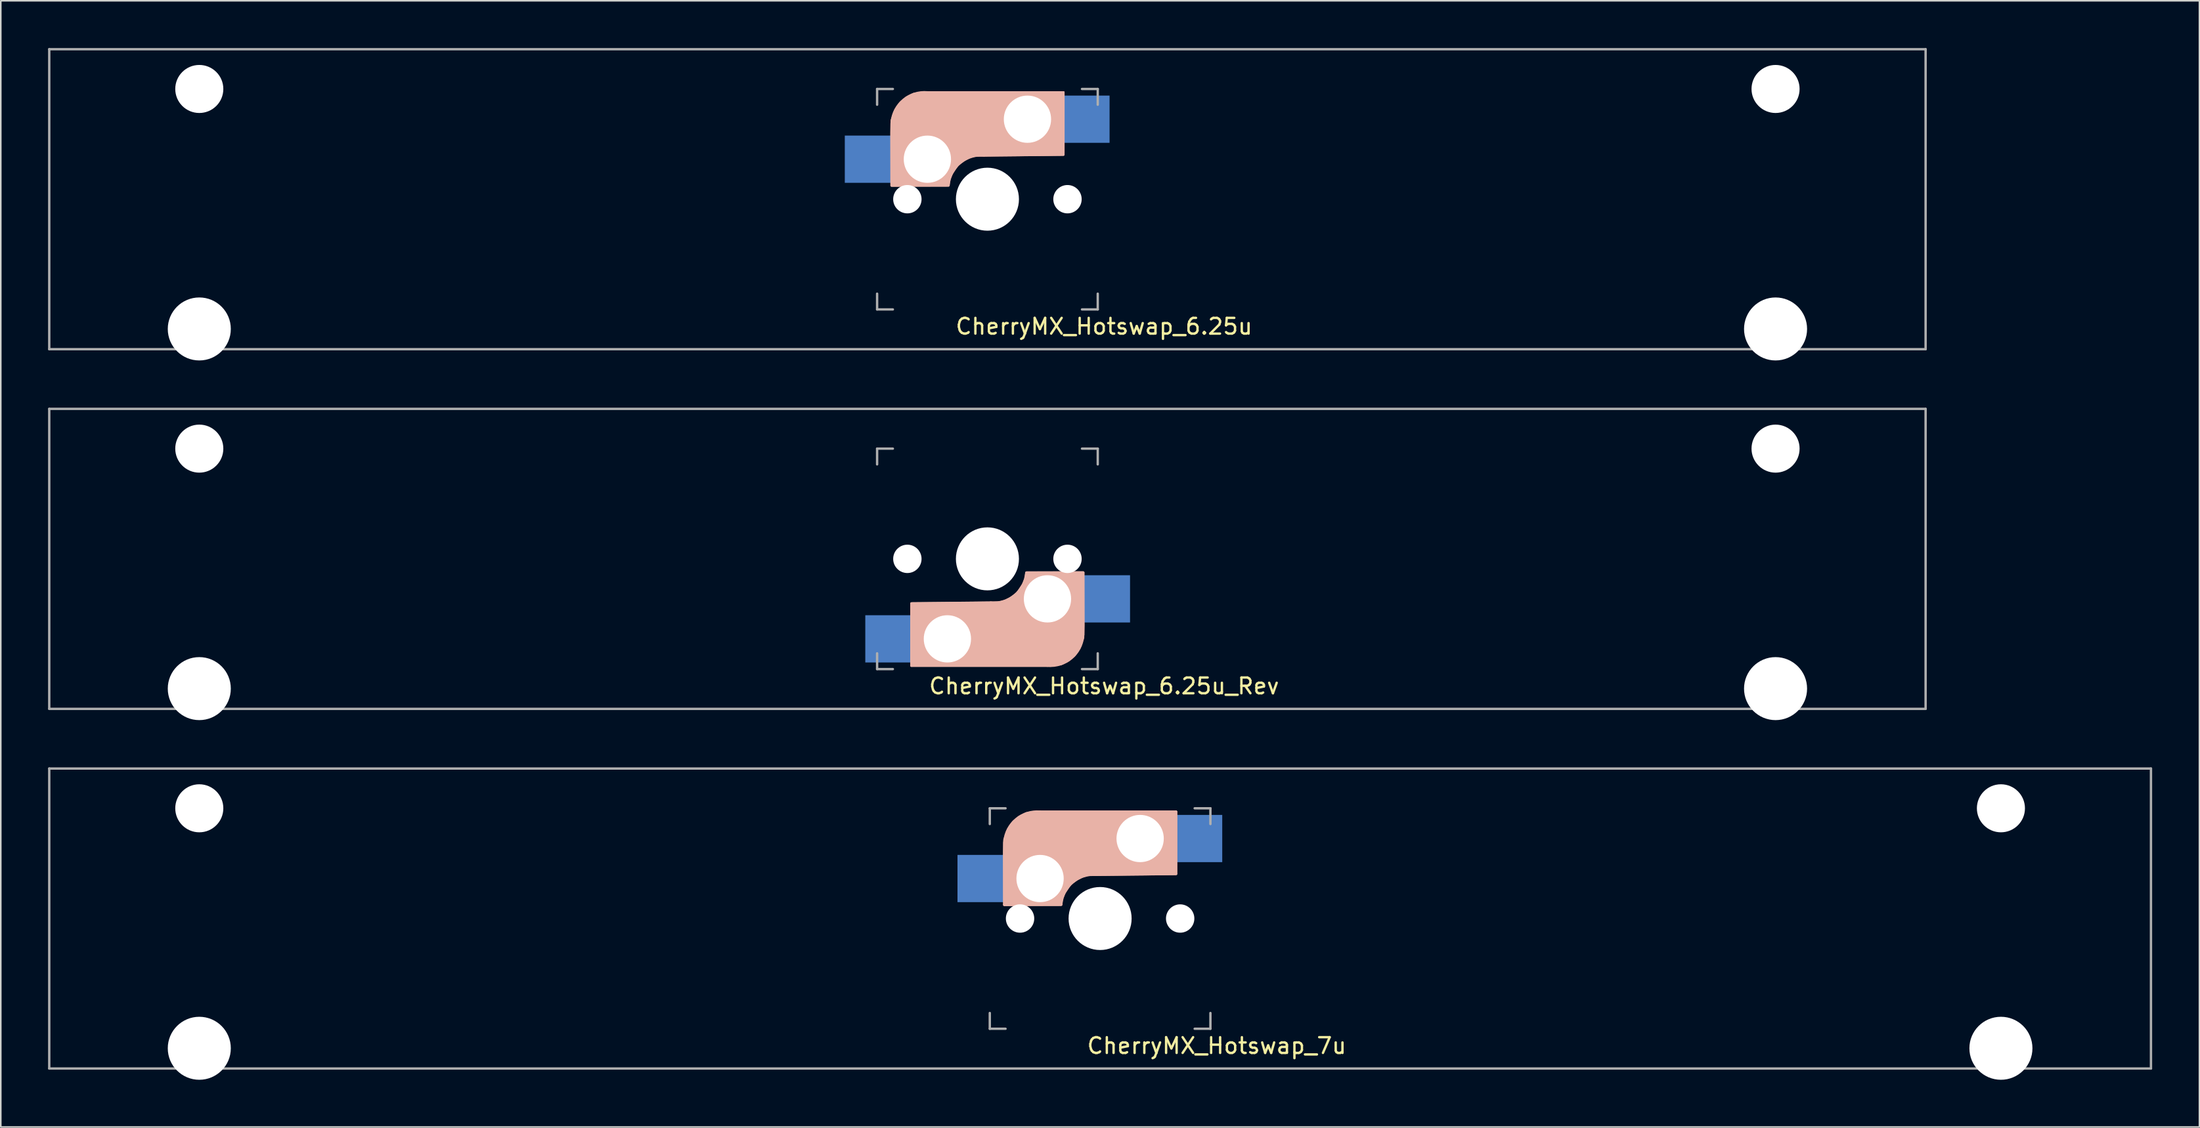
<source format=kicad_pcb>
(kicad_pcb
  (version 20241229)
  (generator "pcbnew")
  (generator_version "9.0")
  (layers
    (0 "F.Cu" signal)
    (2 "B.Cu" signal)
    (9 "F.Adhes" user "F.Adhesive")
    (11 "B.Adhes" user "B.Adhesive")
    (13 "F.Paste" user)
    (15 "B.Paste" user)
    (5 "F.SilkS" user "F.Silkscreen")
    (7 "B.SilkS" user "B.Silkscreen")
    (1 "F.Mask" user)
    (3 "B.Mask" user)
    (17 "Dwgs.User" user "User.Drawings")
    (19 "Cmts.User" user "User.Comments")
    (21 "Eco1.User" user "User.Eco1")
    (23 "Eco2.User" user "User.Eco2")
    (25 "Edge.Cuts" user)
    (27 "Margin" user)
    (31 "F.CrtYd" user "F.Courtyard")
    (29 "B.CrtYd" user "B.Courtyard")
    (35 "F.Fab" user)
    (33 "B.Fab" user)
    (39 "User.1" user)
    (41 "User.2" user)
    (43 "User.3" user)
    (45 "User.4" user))
  (footprint "CherryMX_Hotswap_7u"
    (layer "F.Cu")
    (at 66.756 55.28)
    (property "Reference" "CherryMX_Hotswap_7u" (at 7.402 8.08 0) (layer "F.SilkS") (effects (font (size 1 1) (thickness 0.15))))
    (attr smd)
    (fp_line (start -6.08 -4.83) (end -6.08 -0.885) (stroke (width 0.15) (type solid)) (layer "B.SilkS"))
    (fp_line (start -6.08 -0.876) (end -2.47 -0.876) (stroke (width 0.15) (type solid)) (layer "B.SilkS"))
    (fp_line (start 4.82 -6.784) (end -3.805 -6.784) (stroke (width 0.15) (type solid)) (layer "B.SilkS"))
    (fp_line (start 4.82 -2.876) (end 4.82 -6.784) (stroke (width 0.15) (type solid)) (layer "B.SilkS"))
    (fp_line (start 4.82 -2.83) (end -0.23 -2.784) (stroke (width 0.15) (type solid)) (layer "B.SilkS"))
    (fp_arc (start -6.069 -4.9) (mid -5.327189 -6.31089) (end -3.805 -6.784) (stroke (width 0.15) (type solid)) (layer "B.SilkS"))
    (fp_arc (start -2.465 -0.9) (mid -1.724361 -2.308061) (end -0.205 -2.78) (stroke (width 0.15) (type solid)) (layer "B.SilkS"))
    (fp_poly (pts (xy -6.08 -0.86) (xy -2.48 -0.87) (xy -2.42 -1.27) (xy -2.27 -1.62) (xy -1.89 -2.19) (xy -1.48 -2.49) (xy -1.12 -2.68) (xy -0.78 -2.77) (xy 4.82 -2.83) (xy 4.82 -6.78) (xy -4 -6.78) (xy -4.68 -6.68) (xy -5.13 -6.45) (xy -5.52 -6.12) (xy -5.84 -5.65) (xy -6.07 -5.01) (xy -6.09 -4.22)) (stroke (width 0.15) (type solid)) (fill yes) (layer "B.SilkS"))
    (fp_line (start -66.681 -9.525) (end -66.681 9.525) (stroke (width 0.15) (type solid)) (layer "F.Fab"))
    (fp_line (start -66.681 9.525) (end 66.681 9.525) (stroke (width 0.15) (type solid)) (layer "F.Fab"))
    (fp_line (start -7 -7) (end -6 -7) (stroke (width 0.15) (type solid)) (layer "F.Fab"))
    (fp_line (start -7 -6) (end -7 -7) (stroke (width 0.15) (type solid)) (layer "F.Fab"))
    (fp_line (start -7 7) (end -7 6) (stroke (width 0.15) (type solid)) (layer "F.Fab"))
    (fp_line (start -6 7) (end -7 7) (stroke (width 0.15) (type solid)) (layer "F.Fab"))
    (fp_line (start 6 -7) (end 7 -7) (stroke (width 0.15) (type solid)) (layer "F.Fab"))
    (fp_line (start 7 -7) (end 7 -6) (stroke (width 0.15) (type solid)) (layer "F.Fab"))
    (fp_line (start 7 6) (end 7 7) (stroke (width 0.15) (type solid)) (layer "F.Fab"))
    (fp_line (start 7 7) (end 6 7) (stroke (width 0.15) (type solid)) (layer "F.Fab"))
    (fp_line (start 66.681 -9.525) (end -66.681 -9.525) (stroke (width 0.15) (type solid)) (layer "F.Fab"))
    (fp_line (start 66.681 9.525) (end 66.681 -9.525) (stroke (width 0.15) (type solid)) (layer "F.Fab"))
    (pad "" np_thru_hole circle (at -57.16 -7 180) (size 3.05 3.05) (drill 3.05) (layers "*.Cu" "*.Mask"))
    (pad "" np_thru_hole circle (at -57.16 8.24 180) (size 4 4) (drill 4) (layers "*.Cu" "*.Mask"))
    (pad "" np_thru_hole circle (at -5.08 0) (size 1.8 1.8) (drill 1.8) (layers "*.Cu" "*.Mask"))
    (pad "" np_thru_hole circle (at -3.81 -2.54 180) (size 3 3) (drill 3) (layers "*.Cu" "*.Mask"))
    (pad "" np_thru_hole circle (at 0 0 90) (size 4 4) (drill 4) (layers "*.Cu" "*.Mask"))
    (pad "" np_thru_hole circle (at 2.54 -5.08 180) (size 3 3) (drill 3) (layers "*.Cu" "*.Mask"))
    (pad "" np_thru_hole circle (at 5.08 0) (size 1.8 1.8) (drill 1.8) (layers "*.Cu" "*.Mask"))
    (pad "" np_thru_hole circle (at 57.16 -7 180) (size 3.05 3.05) (drill 3.05) (layers "*.Cu" "*.Mask"))
    (pad "" np_thru_hole circle (at 57.16 8.24 180) (size 4 4) (drill 4) (layers "*.Cu" "*.Mask"))
    (pad "1" smd rect (at -6.9 -2.54 180) (size 3.3 3) (drill (offset 0.5 0)) (layers "B.Cu" "B.Mask" "B.Paste"))
    (pad "2" smd rect (at 5.6 -5.08 180) (size 3.3 3) (drill (offset -0.5 0)) (layers "B.Cu" "B.Mask" "B.Paste")))
  (footprint "CherryMX_Hotswap_6.25u"
    (layer "F.Cu")
    (at 59.606 9.6)
    (property "Reference" "CherryMX_Hotswap_6.25u" (at 7.402 8.08 0) (layer "F.SilkS") (effects (font (size 1 1) (thickness 0.15))))
    (attr smd)
    (fp_line (start -6.08 -4.83) (end -6.08 -0.885) (stroke (width 0.15) (type solid)) (layer "B.SilkS"))
    (fp_line (start -6.08 -0.876) (end -2.47 -0.876) (stroke (width 0.15) (type solid)) (layer "B.SilkS"))
    (fp_line (start 4.82 -6.784) (end -3.805 -6.784) (stroke (width 0.15) (type solid)) (layer "B.SilkS"))
    (fp_line (start 4.82 -2.876) (end 4.82 -6.784) (stroke (width 0.15) (type solid)) (layer "B.SilkS"))
    (fp_line (start 4.82 -2.83) (end -0.23 -2.784) (stroke (width 0.15) (type solid)) (layer "B.SilkS"))
    (fp_arc (start -6.069 -4.9) (mid -5.327189 -6.31089) (end -3.805 -6.784) (stroke (width 0.15) (type solid)) (layer "B.SilkS"))
    (fp_arc (start -2.465 -0.9) (mid -1.724361 -2.308061) (end -0.205 -2.78) (stroke (width 0.15) (type solid)) (layer "B.SilkS"))
    (fp_poly (pts (xy -6.08 -0.86) (xy -2.48 -0.87) (xy -2.42 -1.27) (xy -2.27 -1.62) (xy -1.89 -2.19) (xy -1.48 -2.49) (xy -1.12 -2.68) (xy -0.78 -2.77) (xy 4.82 -2.83) (xy 4.82 -6.78) (xy -4 -6.78) (xy -4.68 -6.68) (xy -5.13 -6.45) (xy -5.52 -6.12) (xy -5.84 -5.65) (xy -6.07 -5.01) (xy -6.09 -4.22)) (stroke (width 0.15) (type solid)) (fill yes) (layer "B.SilkS"))
    (fp_line (start -59.531 -9.525) (end -59.531 9.525) (stroke (width 0.15) (type solid)) (layer "F.Fab"))
    (fp_line (start -59.531 9.525) (end 59.531 9.525) (stroke (width 0.15) (type solid)) (layer "F.Fab"))
    (fp_line (start -7 -7) (end -6 -7) (stroke (width 0.15) (type solid)) (layer "F.Fab"))
    (fp_line (start -7 -6) (end -7 -7) (stroke (width 0.15) (type solid)) (layer "F.Fab"))
    (fp_line (start -7 7) (end -7 6) (stroke (width 0.15) (type solid)) (layer "F.Fab"))
    (fp_line (start -6 7) (end -7 7) (stroke (width 0.15) (type solid)) (layer "F.Fab"))
    (fp_line (start 6 -7) (end 7 -7) (stroke (width 0.15) (type solid)) (layer "F.Fab"))
    (fp_line (start 7 -7) (end 7 -6) (stroke (width 0.15) (type solid)) (layer "F.Fab"))
    (fp_line (start 7 6) (end 7 7) (stroke (width 0.15) (type solid)) (layer "F.Fab"))
    (fp_line (start 7 7) (end 6 7) (stroke (width 0.15) (type solid)) (layer "F.Fab"))
    (fp_line (start 59.531 -9.525) (end -59.531 -9.525) (stroke (width 0.15) (type solid)) (layer "F.Fab"))
    (fp_line (start 59.531 9.525) (end 59.531 -9.525) (stroke (width 0.15) (type solid)) (layer "F.Fab"))
    (pad "" np_thru_hole circle (at -50.01 -7 180) (size 3.05 3.05) (drill 3.05) (layers "*.Cu" "*.Mask"))
    (pad "" np_thru_hole circle (at -50.01 8.24 180) (size 4 4) (drill 4) (layers "*.Cu" "*.Mask"))
    (pad "" np_thru_hole circle (at -5.08 0) (size 1.8 1.8) (drill 1.8) (layers "*.Cu" "*.Mask"))
    (pad "" np_thru_hole circle (at -3.81 -2.54 180) (size 3 3) (drill 3) (layers "*.Cu" "*.Mask"))
    (pad "" np_thru_hole circle (at 0 0 90) (size 4 4) (drill 4) (layers "*.Cu" "*.Mask"))
    (pad "" np_thru_hole circle (at 2.54 -5.08 180) (size 3 3) (drill 3) (layers "*.Cu" "*.Mask"))
    (pad "" np_thru_hole circle (at 5.08 0) (size 1.8 1.8) (drill 1.8) (layers "*.Cu" "*.Mask"))
    (pad "" np_thru_hole circle (at 50.01 -7 180) (size 3.05 3.05) (drill 3.05) (layers "*.Cu" "*.Mask"))
    (pad "" np_thru_hole circle (at 50.01 8.24 180) (size 4 4) (drill 4) (layers "*.Cu" "*.Mask"))
    (pad "1" smd rect (at -6.9 -2.54 180) (size 3.3 3) (drill (offset 0.5 0)) (layers "B.Cu" "B.Mask" "B.Paste"))
    (pad "2" smd rect (at 5.6 -5.08 180) (size 3.3 3) (drill (offset -0.5 0)) (layers "B.Cu" "B.Mask" "B.Paste")))
  (footprint "CherryMX_Hotswap_6.25u_Rev"
    (layer "F.Cu")
    (at 59.606 32.44)
    (property "Reference" "CherryMX_Hotswap_6.25u_Rev" (at 7.402 8.08 0) (layer "F.SilkS") (effects (font (size 1 1) (thickness 0.15))))
    (attr smd)
    (fp_line (start -4.82 2.83) (end 0.23 2.784) (stroke (width 0.15) (type solid)) (layer "B.SilkS"))
    (fp_line (start -4.82 2.876) (end -4.82 6.784) (stroke (width 0.15) (type solid)) (layer "B.SilkS"))
    (fp_line (start -4.82 6.784) (end 3.805 6.784) (stroke (width 0.15) (type solid)) (layer "B.SilkS"))
    (fp_line (start 6.08 0.876) (end 2.47 0.876) (stroke (width 0.15) (type solid)) (layer "B.SilkS"))
    (fp_line (start 6.08 4.83) (end 6.08 0.885) (stroke (width 0.15) (type solid)) (layer "B.SilkS"))
    (fp_arc (start 2.465 0.9) (mid 1.724361 2.308061) (end 0.205 2.78) (stroke (width 0.15) (type solid)) (layer "B.SilkS"))
    (fp_arc (start 6.069 4.9) (mid 5.327189 6.31089) (end 3.805 6.784) (stroke (width 0.15) (type solid)) (layer "B.SilkS"))
    (fp_poly (pts (xy 6.08 0.86) (xy 2.48 0.87) (xy 2.42 1.27) (xy 2.27 1.62) (xy 1.89 2.19) (xy 1.48 2.49) (xy 1.12 2.68) (xy 0.78 2.77) (xy -4.82 2.83) (xy -4.82 6.78) (xy 4 6.78) (xy 4.68 6.68) (xy 5.13 6.45) (xy 5.52 6.12) (xy 5.84 5.65) (xy 6.07 5.01) (xy 6.09 4.22)) (stroke (width 0.15) (type solid)) (fill yes) (layer "B.SilkS"))
    (fp_line (start -59.531 -9.525) (end -59.531 9.525) (stroke (width 0.15) (type solid)) (layer "F.Fab"))
    (fp_line (start -59.531 9.525) (end 59.531 9.525) (stroke (width 0.15) (type solid)) (layer "F.Fab"))
    (fp_line (start -7 -7) (end -6 -7) (stroke (width 0.15) (type solid)) (layer "F.Fab"))
    (fp_line (start -7 -6) (end -7 -7) (stroke (width 0.15) (type solid)) (layer "F.Fab"))
    (fp_line (start -7 7) (end -7 6) (stroke (width 0.15) (type solid)) (layer "F.Fab"))
    (fp_line (start -6 7) (end -7 7) (stroke (width 0.15) (type solid)) (layer "F.Fab"))
    (fp_line (start 6 -7) (end 7 -7) (stroke (width 0.15) (type solid)) (layer "F.Fab"))
    (fp_line (start 7 -7) (end 7 -6) (stroke (width 0.15) (type solid)) (layer "F.Fab"))
    (fp_line (start 7 6) (end 7 7) (stroke (width 0.15) (type solid)) (layer "F.Fab"))
    (fp_line (start 7 7) (end 6 7) (stroke (width 0.15) (type solid)) (layer "F.Fab"))
    (fp_line (start 59.531 -9.525) (end -59.531 -9.525) (stroke (width 0.15) (type solid)) (layer "F.Fab"))
    (fp_line (start 59.531 9.525) (end 59.531 -9.525) (stroke (width 0.15) (type solid)) (layer "F.Fab"))
    (pad "" np_thru_hole circle (at -50.01 -7 180) (size 3.05 3.05) (drill 3.05) (layers "*.Cu" "*.Mask"))
    (pad "" np_thru_hole circle (at -50.01 8.24 180) (size 4 4) (drill 4) (layers "*.Cu" "*.Mask"))
    (pad "" np_thru_hole circle (at -5.08 0 180) (size 1.8 1.8) (drill 1.8) (layers "*.Cu" "*.Mask"))
    (pad "" np_thru_hole circle (at -2.54 5.08) (size 3 3) (drill 3) (layers "*.Cu" "*.Mask"))
    (pad "" np_thru_hole circle (at 0 0 270) (size 4 4) (drill 4) (layers "*.Cu" "*.Mask"))
    (pad "" np_thru_hole circle (at 3.81 2.54) (size 3 3) (drill 3) (layers "*.Cu" "*.Mask"))
    (pad "" np_thru_hole circle (at 5.08 0 180) (size 1.8 1.8) (drill 1.8) (layers "*.Cu" "*.Mask"))
    (pad "" np_thru_hole circle (at 50.01 -7 180) (size 3.05 3.05) (drill 3.05) (layers "*.Cu" "*.Mask"))
    (pad "" np_thru_hole circle (at 50.01 8.24 180) (size 4 4) (drill 4) (layers "*.Cu" "*.Mask"))
    (pad "1" smd rect (at 6.9 2.54) (size 3.3 3) (drill (offset 0.5 0)) (layers "B.Cu" "B.Mask" "B.Paste"))
    (pad "2" smd rect (at -5.6 5.08) (size 3.3 3) (drill (offset -0.5 0)) (layers "B.Cu" "B.Mask" "B.Paste")))
  (gr_rect
    (start -3 -3)
    (end 136.512 68.52)
    (stroke (width 0.1) (type default))
    (fill no)
    (layer "Edge.Cuts")))
</source>
